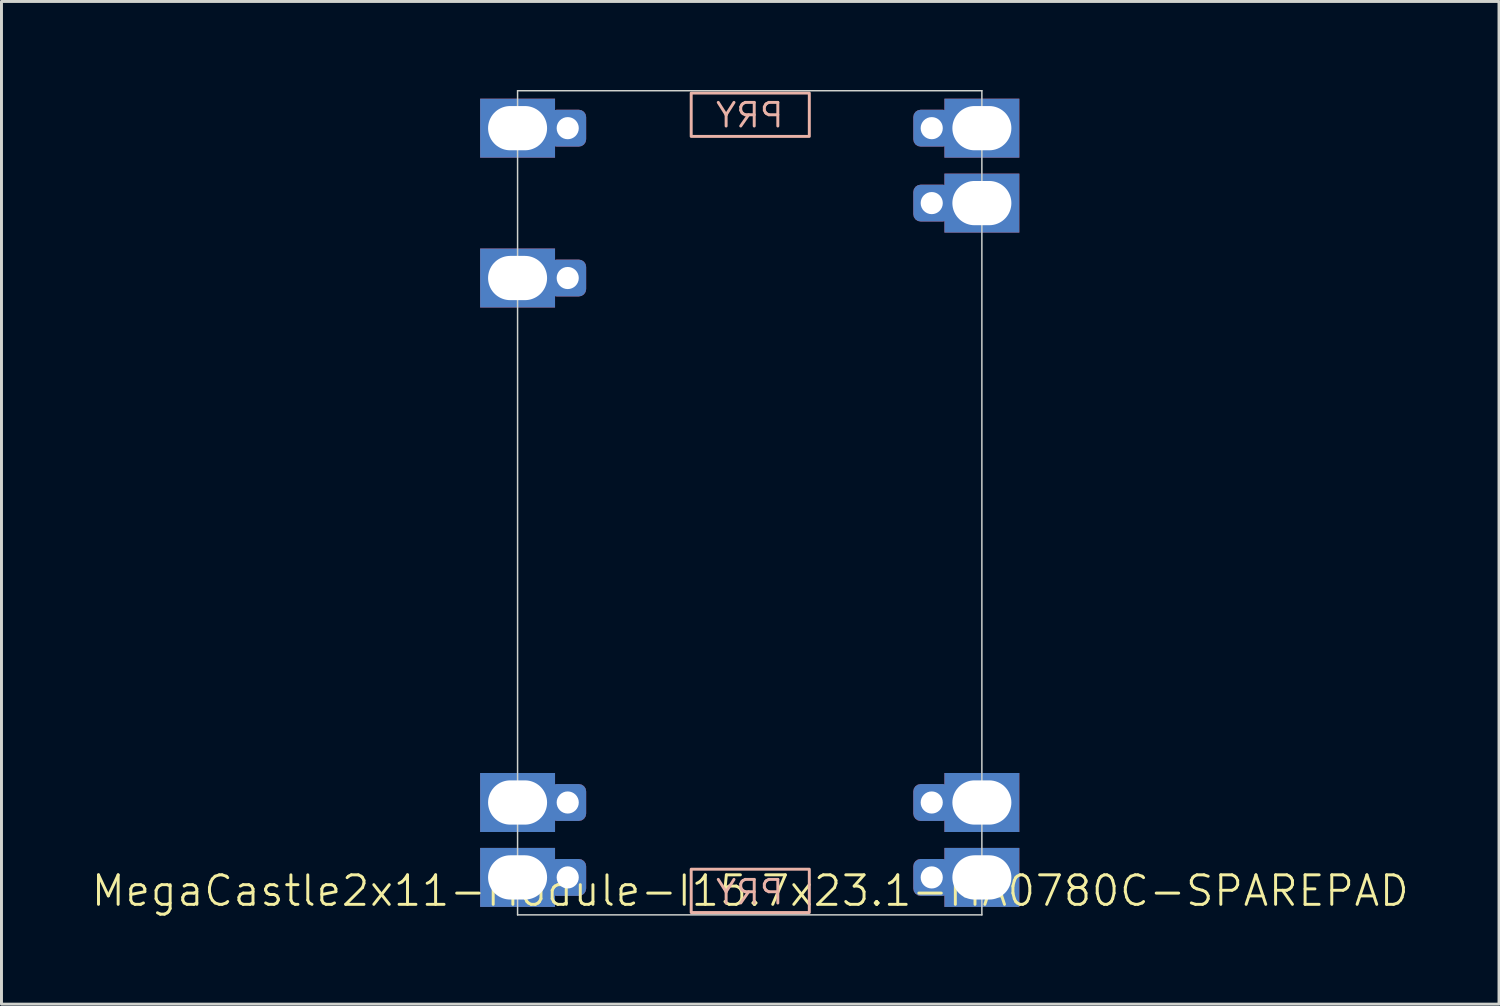
<source format=kicad_pcb>
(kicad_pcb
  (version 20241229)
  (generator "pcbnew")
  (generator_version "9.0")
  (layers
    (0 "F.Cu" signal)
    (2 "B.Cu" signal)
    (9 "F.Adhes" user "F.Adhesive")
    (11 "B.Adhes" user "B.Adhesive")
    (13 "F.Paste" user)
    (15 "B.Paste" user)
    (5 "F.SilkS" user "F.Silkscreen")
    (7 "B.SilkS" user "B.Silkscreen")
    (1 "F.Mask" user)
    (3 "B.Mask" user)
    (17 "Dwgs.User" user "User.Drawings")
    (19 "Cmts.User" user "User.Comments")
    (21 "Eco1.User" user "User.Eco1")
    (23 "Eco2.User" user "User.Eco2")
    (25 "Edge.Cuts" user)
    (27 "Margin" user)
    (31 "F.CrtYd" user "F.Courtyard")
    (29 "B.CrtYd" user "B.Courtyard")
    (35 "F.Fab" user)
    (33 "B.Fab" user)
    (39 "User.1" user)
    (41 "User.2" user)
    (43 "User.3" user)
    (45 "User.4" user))
  (footprint "MegaCastle2x11-Module-I15.7x23.1-MA0780C-SPAREPAD"
    (layer "F.Cu")
    (at 22.366 13.995)
    (property "Reference" "MegaCastle2x11-Module-I15.7x23.1-MA0780C-SPAREPAD" (at 0.018 13.155 0) (unlocked yes) (layer "F.SilkS") (effects (font (size 1 1) (thickness 0.1))))
    (attr smd)
    (fp_rect (start -1.984 -12.421) (end 2.02 -13.89) (stroke (width 0.1) (type default)) (fill no) (layer "B.SilkS"))
    (fp_rect (start -1.984 12.421) (end 2.02 13.89) (stroke (width 0.1) (type default)) (fill no) (layer "B.SilkS"))
    (fp_line (start -7.87 -13.97) (end -7.87 13.97) (stroke (width 0.05) (type default)) (layer "Edge.Cuts"))
    (fp_line (start -7.87 -13.97) (end 7.87 -13.97) (stroke (width 0.05) (type default)) (layer "Edge.Cuts"))
    (fp_line (start -7.87 13.97) (end 7.87 13.97) (stroke (width 0.05) (type default)) (layer "Edge.Cuts"))
    (fp_line (start 7.87 -13.97) (end 7.87 13.97) (stroke (width 0.05) (type default)) (layer "Edge.Cuts"))
    (fp_text user "PRY" (at 0 13.67 0) (unlocked yes) (layer "B.SilkS") (effects (font (size 0.8 0.8) (thickness 0.1)) (justify bottom mirror)))
    (fp_text user "PRY" (at 0 -12.67 0) (unlocked yes) (layer "B.SilkS") (effects (font (size 0.8 0.8) (thickness 0.1)) (justify bottom mirror)))
    (pad "1" thru_hole rect (at -7.87 -12.7) (size 2.54 2) (drill oval 2 1.5) (property pad_prop_castellated) (layers "*.Cu" "*.Mask"))
    (pad "1" thru_hole roundrect (at -6.17 -12.7 180) (size 1.25 1.25) (drill 0.75) (layers "*.Cu" "*.Mask") (roundrect_rratio 0.2))
    (pad "3" thru_hole rect (at -7.87 -7.62) (size 2.54 2) (drill oval 2 1.5) (property pad_prop_castellated) (layers "*.Cu" "*.Mask"))
    (pad "3" thru_hole roundrect (at -6.17 -7.62 180) (size 1.25 1.25) (drill 0.75) (layers "*.Cu" "*.Mask") (roundrect_rratio 0.2))
    (pad "10" thru_hole rect (at -7.87 10.16) (size 2.54 2) (drill oval 2 1.5) (property pad_prop_castellated) (layers "*.Cu" "*.Mask"))
    (pad "10" thru_hole roundrect (at -6.17 10.16 180) (size 1.25 1.25) (drill 0.75) (layers "*.Cu" "*.Mask") (roundrect_rratio 0.2))
    (pad "11" thru_hole rect (at -7.87 12.7) (size 2.54 2) (drill oval 2 1.5) (property pad_prop_castellated) (layers "*.Cu" "*.Mask"))
    (pad "11" thru_hole roundrect (at -6.17 12.7 180) (size 1.25 1.25) (drill 0.75) (layers "*.Cu" "*.Mask") (roundrect_rratio 0.2))
    (pad "12" thru_hole roundrect (at 6.17 -12.7 180) (size 1.25 1.25) (drill 0.75) (layers "*.Cu" "*.Mask") (roundrect_rratio 0.2))
    (pad "12" thru_hole rect (at 7.87 -12.7) (size 2.54 2) (drill oval 2 1.5) (property pad_prop_castellated) (layers "*.Cu" "*.Mask"))
    (pad "13" thru_hole roundrect (at 6.17 -10.16 180) (size 1.25 1.25) (drill 0.75) (layers "*.Cu" "*.Mask") (roundrect_rratio 0.2))
    (pad "13" thru_hole rect (at 7.87 -10.16) (size 2.54 2) (drill oval 2 1.5) (property pad_prop_castellated) (layers "*.Cu" "*.Mask"))
    (pad "21" thru_hole roundrect (at 6.17 10.16 180) (size 1.25 1.25) (drill 0.75) (layers "*.Cu" "*.Mask") (roundrect_rratio 0.2))
    (pad "21" thru_hole rect (at 7.87 10.16) (size 2.54 2) (drill oval 2 1.5) (property pad_prop_castellated) (layers "*.Cu" "*.Mask"))
    (pad "22" thru_hole roundrect (at 6.17 12.7 180) (size 1.25 1.25) (drill 0.75) (layers "*.Cu" "*.Mask") (roundrect_rratio 0.2))
    (pad "22" thru_hole rect (at 7.87 12.7) (size 2.54 2) (drill oval 2 1.5) (property pad_prop_castellated) (layers "*.Cu" "*.Mask"))
    (zone (net_name "") (layer "B.Cu") (hatch edge 0.5) (connect_pads) (min_thickness 0.25) (filled_areas_thickness no) (keepout (tracks allowed) (vias allowed) (pads allowed) (copperpour allowed) (footprints not_allowed)) (placement (enabled no)) (fill) (polygon (pts (xy 14.496 0.025) (xy 14.496 2.425) (xy 30.236 2.425) (xy 30.236 0.025))))
    (zone (net_name "") (layer "B.Cu") (hatch edge 0.5) (connect_pads) (min_thickness 0.25) (filled_areas_thickness no) (keepout (tracks allowed) (vias allowed) (pads allowed) (copperpour allowed) (footprints not_allowed)) (placement (enabled no)) (fill) (polygon (pts (xy 14.496 27.965) (xy 14.496 25.565) (xy 30.236 25.565) (xy 30.236 27.965))))
    (zone (net_name "") (layer "B.Cu") (name "Upper Pry Zone") (hatch edge 0.5) (connect_pads) (min_thickness 0.25) (filled_areas_thickness no) (keepout (tracks not_allowed) (vias not_allowed) (pads not_allowed) (copperpour allowed) (footprints not_allowed)) (placement (enabled no)) (fill) (polygon (pts (xy 20.381 1.574) (xy 20.381 0.105) (xy 24.385 0.105) (xy 24.385 1.574))))
    (zone (net_name "") (layer "B.Cu") (name "Upper Pry Zone") (hatch edge 0.5) (connect_pads) (min_thickness 0.25) (filled_areas_thickness no) (keepout (tracks not_allowed) (vias not_allowed) (pads not_allowed) (copperpour allowed) (footprints not_allowed)) (placement (enabled no)) (fill) (polygon (pts (xy 20.381 26.416) (xy 20.381 27.885) (xy 24.385 27.885) (xy 24.385 26.416)))))
  (gr_rect
    (start -3 -3)
    (end 47.767 30.99)
    (stroke (width 0.1) (type default))
    (fill no)
    (layer "Edge.Cuts")))
</source>
